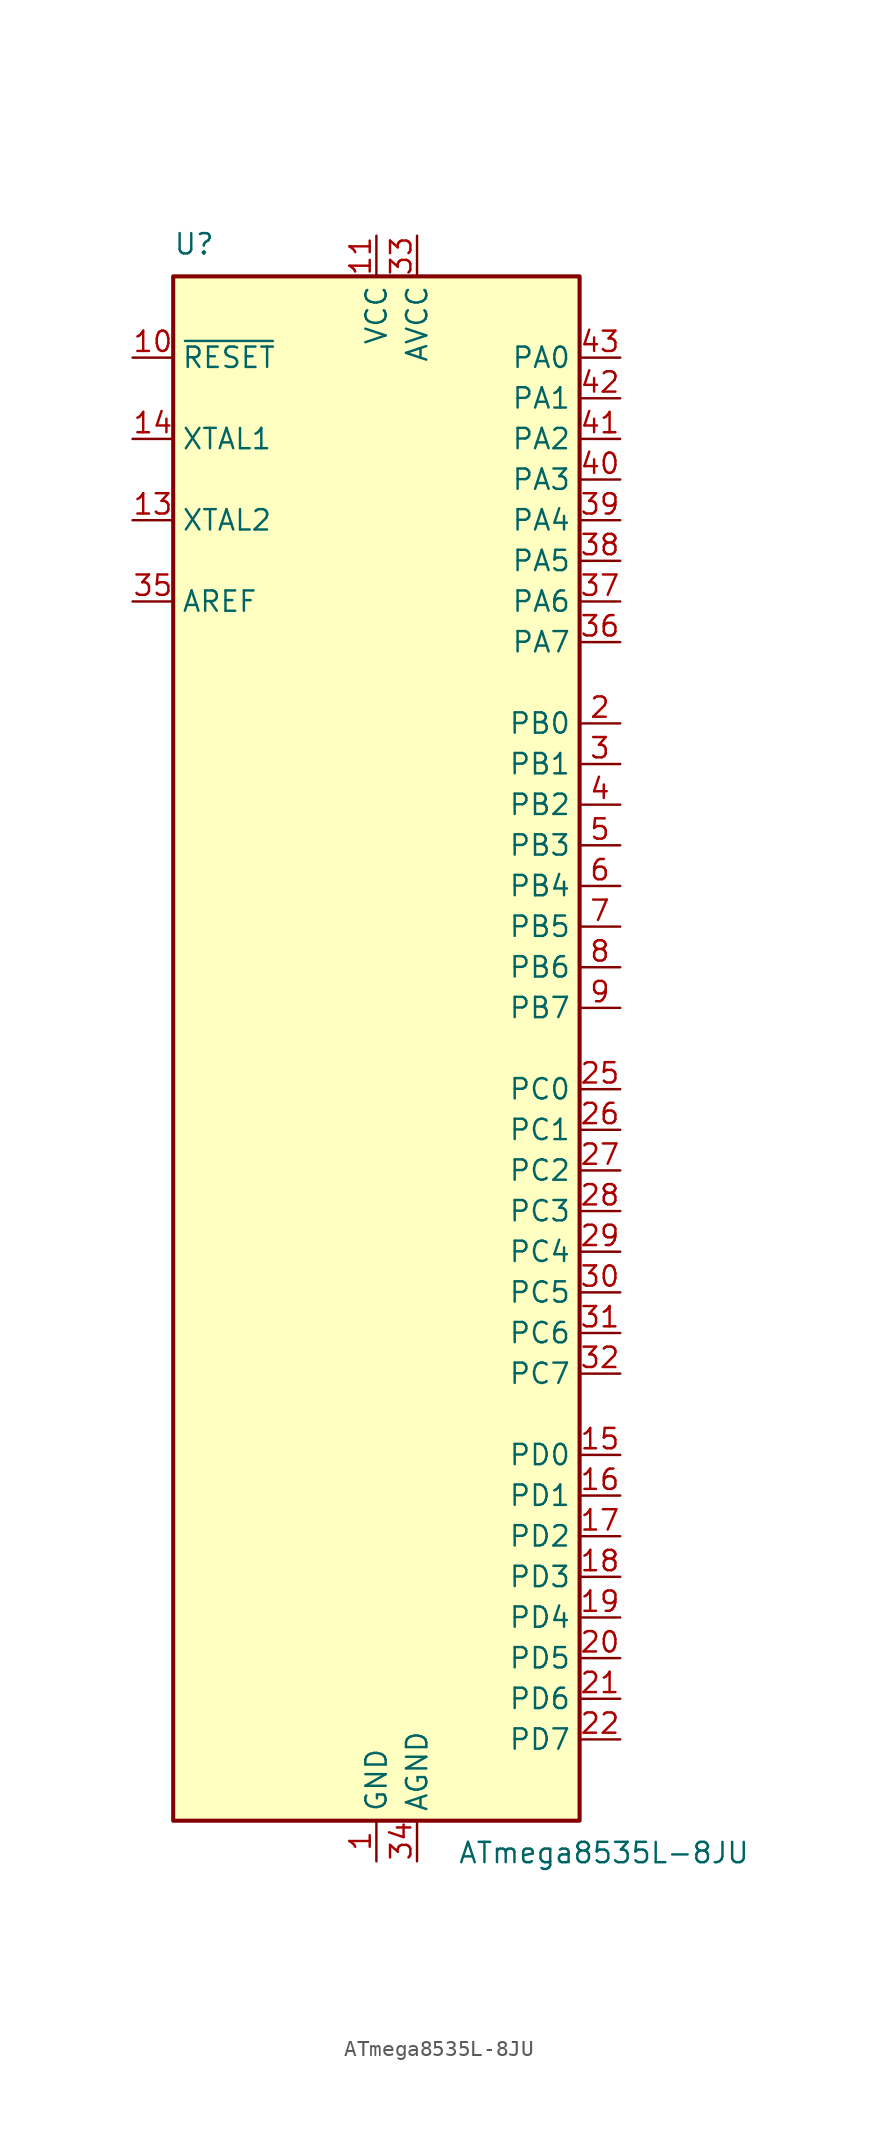
<source format=kicad_sym>
(kicad_symbol_lib
  (version 20201005)
  (generator kicad_symbol_editor)
  (symbol "ATmega8535L-8JU"
    (property "Reference" "U"
      (at -12.7 49.53 0)
      (effects (font (size 1.27 1.27)) (justify left bottom)))
    (property "Value" "ATmega8535L-8JU"
      (at 5.08 -49.53 0)
      (effects (font (size 1.27 1.27)) (justify left top)))
    (symbol "ATmega8535L-8JU_0_1"
      (rectangle (start -12.7 -48.26) (end 12.7 48.26) (stroke (width 0.254)) (fill (type background))))
    (symbol "ATmega8535L-8JU_1_1"
      (pin power_in line (at 0 -50.8 90) (length 2.54) (name "GND" (effects (font (size 1.27 1.27)))) (number "1" (effects (font (size 1.27 1.27)))))
      (pin input line (at -15.24 43.18 0) (length 2.54) (name "~RESET" (effects (font (size 1.27 1.27)))) (number "10" (effects (font (size 1.27 1.27)))))
      (pin power_in line (at 0 50.8 270) (length 2.54) (name "VCC" (effects (font (size 1.27 1.27)))) (number "11" (effects (font (size 1.27 1.27)))))
      (pin passive line (at 0 -50.8 90) (length 2.54) hide (name "GND" (effects (font (size 1.27 1.27)))) (number "12" (effects (font (size 1.27 1.27)))))
      (pin output line (at -15.24 33.02 0) (length 2.54) (name "XTAL2" (effects (font (size 1.27 1.27)))) (number "13" (effects (font (size 1.27 1.27)))))
      (pin input line (at -15.24 38.1 0) (length 2.54) (name "XTAL1" (effects (font (size 1.27 1.27)))) (number "14" (effects (font (size 1.27 1.27)))))
      (pin tri_state line (at 15.24 -25.4 180) (length 2.54) (name "PD0" (effects (font (size 1.27 1.27)))) (number "15" (effects (font (size 1.27 1.27)))))
      (pin tri_state line (at 15.24 -27.94 180) (length 2.54) (name "PD1" (effects (font (size 1.27 1.27)))) (number "16" (effects (font (size 1.27 1.27)))))
      (pin tri_state line (at 15.24 -30.48 180) (length 2.54) (name "PD2" (effects (font (size 1.27 1.27)))) (number "17" (effects (font (size 1.27 1.27)))))
      (pin tri_state line (at 15.24 -33.02 180) (length 2.54) (name "PD3" (effects (font (size 1.27 1.27)))) (number "18" (effects (font (size 1.27 1.27)))))
      (pin tri_state line (at 15.24 -35.56 180) (length 2.54) (name "PD4" (effects (font (size 1.27 1.27)))) (number "19" (effects (font (size 1.27 1.27)))))
      (pin tri_state line (at 15.24 20.32 180) (length 2.54) (name "PB0" (effects (font (size 1.27 1.27)))) (number "2" (effects (font (size 1.27 1.27)))))
      (pin tri_state line (at 15.24 -38.1 180) (length 2.54) (name "PD5" (effects (font (size 1.27 1.27)))) (number "20" (effects (font (size 1.27 1.27)))))
      (pin tri_state line (at 15.24 -40.64 180) (length 2.54) (name "PD6" (effects (font (size 1.27 1.27)))) (number "21" (effects (font (size 1.27 1.27)))))
      (pin tri_state line (at 15.24 -43.18 180) (length 2.54) (name "PD7" (effects (font (size 1.27 1.27)))) (number "22" (effects (font (size 1.27 1.27)))))
      (pin passive line (at 0 50.8 270) (length 2.54) hide (name "VCC" (effects (font (size 1.27 1.27)))) (number "23" (effects (font (size 1.27 1.27)))))
      (pin passive line (at 0 -50.8 90) (length 2.54) hide (name "GND" (effects (font (size 1.27 1.27)))) (number "24" (effects (font (size 1.27 1.27)))))
      (pin tri_state line (at 15.24 -2.54 180) (length 2.54) (name "PC0" (effects (font (size 1.27 1.27)))) (number "25" (effects (font (size 1.27 1.27)))))
      (pin tri_state line (at 15.24 -5.08 180) (length 2.54) (name "PC1" (effects (font (size 1.27 1.27)))) (number "26" (effects (font (size 1.27 1.27)))))
      (pin tri_state line (at 15.24 -7.62 180) (length 2.54) (name "PC2" (effects (font (size 1.27 1.27)))) (number "27" (effects (font (size 1.27 1.27)))))
      (pin tri_state line (at 15.24 -10.16 180) (length 2.54) (name "PC3" (effects (font (size 1.27 1.27)))) (number "28" (effects (font (size 1.27 1.27)))))
      (pin tri_state line (at 15.24 -12.7 180) (length 2.54) (name "PC4" (effects (font (size 1.27 1.27)))) (number "29" (effects (font (size 1.27 1.27)))))
      (pin tri_state line (at 15.24 17.78 180) (length 2.54) (name "PB1" (effects (font (size 1.27 1.27)))) (number "3" (effects (font (size 1.27 1.27)))))
      (pin tri_state line (at 15.24 -15.24 180) (length 2.54) (name "PC5" (effects (font (size 1.27 1.27)))) (number "30" (effects (font (size 1.27 1.27)))))
      (pin tri_state line (at 15.24 -17.78 180) (length 2.54) (name "PC6" (effects (font (size 1.27 1.27)))) (number "31" (effects (font (size 1.27 1.27)))))
      (pin tri_state line (at 15.24 -20.32 180) (length 2.54) (name "PC7" (effects (font (size 1.27 1.27)))) (number "32" (effects (font (size 1.27 1.27)))))
      (pin power_in line (at 2.54 50.8 270) (length 2.54) (name "AVCC" (effects (font (size 1.27 1.27)))) (number "33" (effects (font (size 1.27 1.27)))))
      (pin power_in line (at 2.54 -50.8 90) (length 2.54) (name "AGND" (effects (font (size 1.27 1.27)))) (number "34" (effects (font (size 1.27 1.27)))))
      (pin passive line (at -15.24 27.94 0) (length 2.54) (name "AREF" (effects (font (size 1.27 1.27)))) (number "35" (effects (font (size 1.27 1.27)))))
      (pin tri_state line (at 15.24 25.4 180) (length 2.54) (name "PA7" (effects (font (size 1.27 1.27)))) (number "36" (effects (font (size 1.27 1.27)))))
      (pin tri_state line (at 15.24 27.94 180) (length 2.54) (name "PA6" (effects (font (size 1.27 1.27)))) (number "37" (effects (font (size 1.27 1.27)))))
      (pin tri_state line (at 15.24 30.48 180) (length 2.54) (name "PA5" (effects (font (size 1.27 1.27)))) (number "38" (effects (font (size 1.27 1.27)))))
      (pin tri_state line (at 15.24 33.02 180) (length 2.54) (name "PA4" (effects (font (size 1.27 1.27)))) (number "39" (effects (font (size 1.27 1.27)))))
      (pin tri_state line (at 15.24 15.24 180) (length 2.54) (name "PB2" (effects (font (size 1.27 1.27)))) (number "4" (effects (font (size 1.27 1.27)))))
      (pin tri_state line (at 15.24 35.56 180) (length 2.54) (name "PA3" (effects (font (size 1.27 1.27)))) (number "40" (effects (font (size 1.27 1.27)))))
      (pin tri_state line (at 15.24 38.1 180) (length 2.54) (name "PA2" (effects (font (size 1.27 1.27)))) (number "41" (effects (font (size 1.27 1.27)))))
      (pin tri_state line (at 15.24 40.64 180) (length 2.54) (name "PA1" (effects (font (size 1.27 1.27)))) (number "42" (effects (font (size 1.27 1.27)))))
      (pin tri_state line (at 15.24 43.18 180) (length 2.54) (name "PA0" (effects (font (size 1.27 1.27)))) (number "43" (effects (font (size 1.27 1.27)))))
      (pin passive line (at 0 50.8 270) (length 2.54) hide (name "VCC" (effects (font (size 1.27 1.27)))) (number "44" (effects (font (size 1.27 1.27)))))
      (pin tri_state line (at 15.24 12.7 180) (length 2.54) (name "PB3" (effects (font (size 1.27 1.27)))) (number "5" (effects (font (size 1.27 1.27)))))
      (pin tri_state line (at 15.24 10.16 180) (length 2.54) (name "PB4" (effects (font (size 1.27 1.27)))) (number "6" (effects (font (size 1.27 1.27)))))
      (pin tri_state line (at 15.24 7.62 180) (length 2.54) (name "PB5" (effects (font (size 1.27 1.27)))) (number "7" (effects (font (size 1.27 1.27)))))
      (pin tri_state line (at 15.24 5.08 180) (length 2.54) (name "PB6" (effects (font (size 1.27 1.27)))) (number "8" (effects (font (size 1.27 1.27)))))
      (pin tri_state line (at 15.24 2.54 180) (length 2.54) (name "PB7" (effects (font (size 1.27 1.27)))) (number "9" (effects (font (size 1.27 1.27))))))))
</source>
